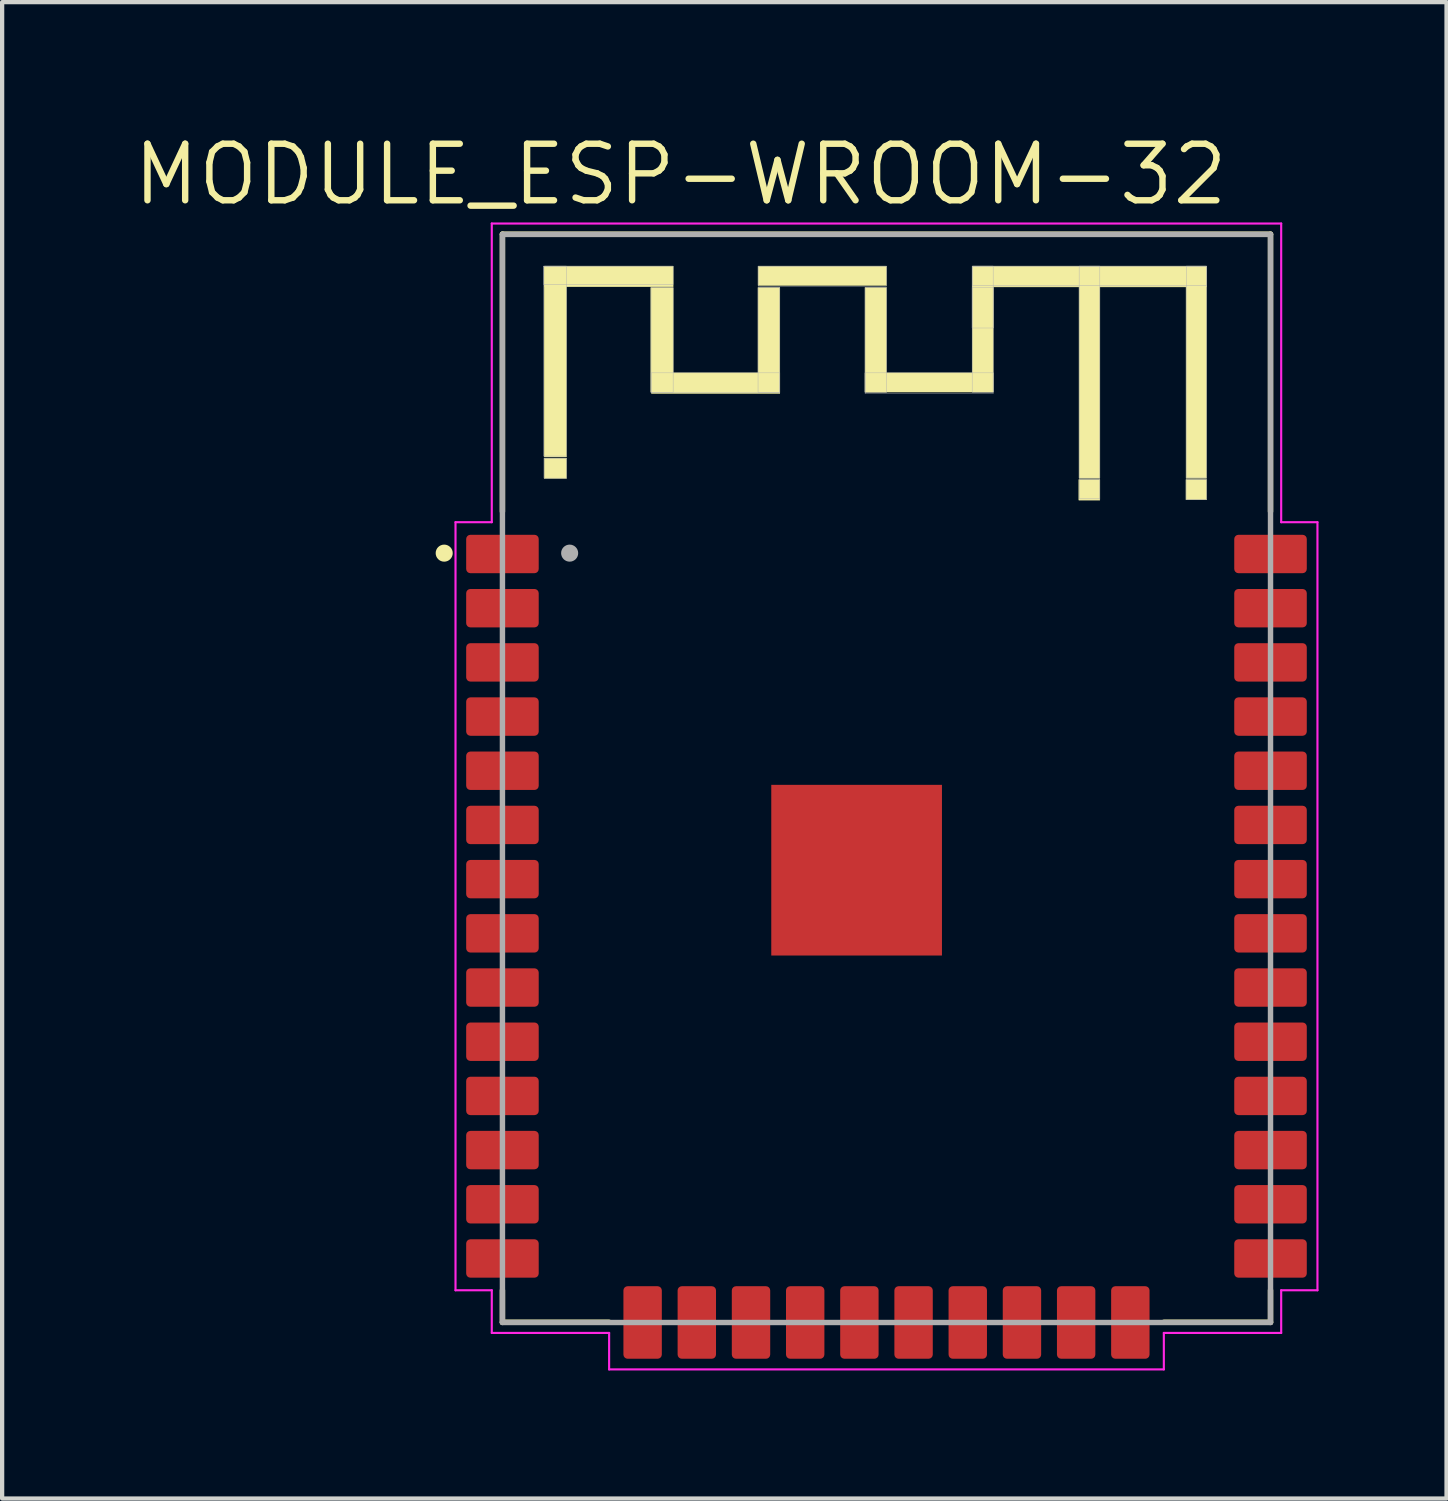
<source format=kicad_pcb>
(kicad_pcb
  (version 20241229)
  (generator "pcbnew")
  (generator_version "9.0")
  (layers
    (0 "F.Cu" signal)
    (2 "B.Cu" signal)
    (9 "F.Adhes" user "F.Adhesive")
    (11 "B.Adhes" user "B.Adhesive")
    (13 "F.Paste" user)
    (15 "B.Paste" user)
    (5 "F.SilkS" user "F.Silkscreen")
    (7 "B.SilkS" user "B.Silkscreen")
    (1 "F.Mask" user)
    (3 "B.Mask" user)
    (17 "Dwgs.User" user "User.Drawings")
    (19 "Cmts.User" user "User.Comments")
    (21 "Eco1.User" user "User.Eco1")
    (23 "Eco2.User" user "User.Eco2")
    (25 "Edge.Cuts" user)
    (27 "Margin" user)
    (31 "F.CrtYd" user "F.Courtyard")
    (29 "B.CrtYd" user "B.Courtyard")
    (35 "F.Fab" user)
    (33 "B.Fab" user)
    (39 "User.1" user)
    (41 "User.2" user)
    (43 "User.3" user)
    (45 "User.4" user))
  (footprint "MODULE_ESP-WROOM-32"
    (layer "F.Cu")
    (at 17.725 18.188)
    (property "Reference" "MODULE_ESP-WROOM-32" (at -4.826 -17.15 0) (layer "F.SilkS") (effects (font (size 1.325 1.325) (thickness 0.15))))
    (attr smd)
    (fp_line (start -9 -15.75) (end 9 -15.75) (stroke (width 0.127) (type solid)) (layer "F.SilkS"))
    (fp_line (start -9 -9.25) (end -9 -15.75) (stroke (width 0.127) (type solid)) (layer "F.SilkS"))
    (fp_line (start -9 9) (end -9 9.75) (stroke (width 0.127) (type solid)) (layer "F.SilkS"))
    (fp_line (start -9 9.75) (end -6.5 9.75) (stroke (width 0.127) (type solid)) (layer "F.SilkS"))
    (fp_line (start 6.5 9.75) (end 9 9.75) (stroke (width 0.127) (type solid)) (layer "F.SilkS"))
    (fp_line (start 9 -15.75) (end 9 -9.25) (stroke (width 0.127) (type solid)) (layer "F.SilkS"))
    (fp_line (start 9 9.75) (end 9 9) (stroke (width 0.127) (type solid)) (layer "F.SilkS"))
    (fp_circle (center -10.365 -8.275) (end -10.265 -8.275) (stroke (width 0.2) (type solid)) (fill no) (layer "F.SilkS"))
    (fp_poly (pts (xy -8.022 -15) (xy -7.5 -15) (xy -7.5 -10.529) (xy -8.022 -10.529)) (stroke (width 0.01) (type solid)) (fill yes) (layer "F.SilkS"))
    (fp_poly (pts (xy -8.02 -10.5) (xy -7.5 -10.5) (xy -7.5 -10.025) (xy -8.02 -10.025)) (stroke (width 0.01) (type solid)) (fill yes) (layer "F.SilkS"))
    (fp_poly (pts (xy -8.009 -15) (xy -5 -15) (xy -5 -14.517) (xy -8.009 -14.517)) (stroke (width 0.01) (type solid)) (fill yes) (layer "F.SilkS"))
    (fp_poly (pts (xy -5.522 -14.5) (xy -5 -14.5) (xy -5 -12.047) (xy -5.522 -12.047)) (stroke (width 0.01) (type solid)) (fill yes) (layer "F.SilkS"))
    (fp_poly (pts (xy -5.508 -12.5) (xy -2.5 -12.5) (xy -2.5 -12.018) (xy -5.508 -12.018)) (stroke (width 0.01) (type solid)) (fill yes) (layer "F.SilkS"))
    (fp_poly (pts (xy -3.01 -14.5) (xy -2.5 -14.5) (xy -2.5 -12.041) (xy -3.01 -12.041)) (stroke (width 0.01) (type solid)) (fill yes) (layer "F.SilkS"))
    (fp_poly (pts (xy -3.01 -15) (xy 0 -15) (xy 0 -14.549) (xy -3.01 -14.549)) (stroke (width 0.01) (type solid)) (fill yes) (layer "F.SilkS"))
    (fp_poly (pts (xy -0.502 -12.5) (xy 2.5 -12.5) (xy 2.5 -12.05) (xy -0.502 -12.05)) (stroke (width 0.01) (type solid)) (fill yes) (layer "F.SilkS"))
    (fp_poly (pts (xy -0.502 -14.5) (xy 0 -14.5) (xy 0 -12.049) (xy -0.502 -12.049)) (stroke (width 0.01) (type solid)) (fill yes) (layer "F.SilkS"))
    (fp_poly (pts (xy 2.008 -15) (xy 2.5 -15) (xy 2.5 -13.554) (xy 2.008 -13.554)) (stroke (width 0.01) (type solid)) (fill yes) (layer "F.SilkS"))
    (fp_poly (pts (xy 2.009 -14.5) (xy 2.5 -14.5) (xy 2.5 -12.053) (xy 2.009 -12.053)) (stroke (width 0.01) (type solid)) (fill yes) (layer "F.SilkS"))
    (fp_poly (pts (xy 2.012 -15) (xy 7.5 -15) (xy 7.5 -14.514) (xy 2.012 -14.514)) (stroke (width 0.01) (type solid)) (fill yes) (layer "F.SilkS"))
    (fp_poly (pts (xy 4.508 -10) (xy 5 -10) (xy 5 -9.517) (xy 4.508 -9.517)) (stroke (width 0.01) (type solid)) (fill yes) (layer "F.SilkS"))
    (fp_poly (pts (xy 4.514 -15) (xy 5 -15) (xy 5 -10.031) (xy 4.514 -10.031)) (stroke (width 0.01) (type solid)) (fill yes) (layer "F.SilkS"))
    (fp_poly (pts (xy 7.019 -10) (xy 7.5 -10) (xy 7.5 -9.526) (xy 7.019 -9.526)) (stroke (width 0.01) (type solid)) (fill yes) (layer "F.SilkS"))
    (fp_poly (pts (xy 7.021 -15) (xy 7.5 -15) (xy 7.5 -10.03) (xy 7.021 -10.03)) (stroke (width 0.01) (type solid)) (fill yes) (layer "F.SilkS"))
    (fp_line (start -10.1 -9) (end -9.25 -9) (stroke (width 0.05) (type solid)) (layer "F.CrtYd"))
    (fp_line (start -10.1 9) (end -10.1 -9) (stroke (width 0.05) (type solid)) (layer "F.CrtYd"))
    (fp_line (start -9.25 -16) (end 9.25 -16) (stroke (width 0.05) (type solid)) (layer "F.CrtYd"))
    (fp_line (start -9.25 -9) (end -9.25 -16) (stroke (width 0.05) (type solid)) (layer "F.CrtYd"))
    (fp_line (start -9.25 9) (end -10.1 9) (stroke (width 0.05) (type solid)) (layer "F.CrtYd"))
    (fp_line (start -9.25 10) (end -9.25 9) (stroke (width 0.05) (type solid)) (layer "F.CrtYd"))
    (fp_line (start -6.5 10) (end -9.25 10) (stroke (width 0.05) (type solid)) (layer "F.CrtYd"))
    (fp_line (start -6.5 10.855) (end -6.5 10) (stroke (width 0.05) (type solid)) (layer "F.CrtYd"))
    (fp_line (start 6.5 10) (end 6.5 10.855) (stroke (width 0.05) (type solid)) (layer "F.CrtYd"))
    (fp_line (start 6.5 10.855) (end -6.5 10.855) (stroke (width 0.05) (type solid)) (layer "F.CrtYd"))
    (fp_line (start 9.25 -16) (end 9.25 -9) (stroke (width 0.05) (type solid)) (layer "F.CrtYd"))
    (fp_line (start 9.25 -9) (end 10.1 -9) (stroke (width 0.05) (type solid)) (layer "F.CrtYd"))
    (fp_line (start 9.25 9) (end 9.25 10) (stroke (width 0.05) (type solid)) (layer "F.CrtYd"))
    (fp_line (start 9.25 10) (end 6.5 10) (stroke (width 0.05) (type solid)) (layer "F.CrtYd"))
    (fp_line (start 10.1 -9) (end 10.1 9) (stroke (width 0.05) (type solid)) (layer "F.CrtYd"))
    (fp_line (start 10.1 9) (end 9.25 9) (stroke (width 0.05) (type solid)) (layer "F.CrtYd"))
    (fp_line (start -9 -15.745) (end -9 9.755) (stroke (width 0.127) (type solid)) (layer "F.Fab"))
    (fp_line (start -9 9.755) (end 9 9.755) (stroke (width 0.127) (type solid)) (layer "F.Fab"))
    (fp_line (start 9 -15.745) (end -9 -15.745) (stroke (width 0.127) (type solid)) (layer "F.Fab"))
    (fp_line (start 9 9.755) (end 9 -15.745) (stroke (width 0.127) (type solid)) (layer "F.Fab"))
    (fp_circle (center -7.425 -8.275) (end -7.325 -8.275) (stroke (width 0.2) (type solid)) (fill no) (layer "F.Fab"))
    (fp_poly (pts (xy -8.041 -15) (xy -5 -15) (xy -5 -14.574) (xy -8.041 -14.574)) (stroke (width 0.01) (type solid)) (fill no) (layer "F.Fab"))
    (fp_poly (pts (xy -8.038 -15) (xy -7.5 -15) (xy -7.5 -10.55) (xy -8.038 -10.55)) (stroke (width 0.01) (type solid)) (fill no) (layer "F.Fab"))
    (fp_poly (pts (xy -8.027 -10.5) (xy -7.5 -10.5) (xy -7.5 -10.033) (xy -8.027 -10.033)) (stroke (width 0.01) (type solid)) (fill no) (layer "F.Fab"))
    (fp_poly (pts (xy -5.518 -14.5) (xy -5 -14.5) (xy -5 -12.04) (xy -5.518 -12.04)) (stroke (width 0.01) (type solid)) (fill no) (layer "F.Fab"))
    (fp_poly (pts (xy -5.516 -12.5) (xy -2.5 -12.5) (xy -2.5 -12.034) (xy -5.516 -12.034)) (stroke (width 0.01) (type solid)) (fill no) (layer "F.Fab"))
    (fp_poly (pts (xy -3.01 -14.5) (xy -2.5 -14.5) (xy -2.5 -12.041) (xy -3.01 -12.041)) (stroke (width 0.01) (type solid)) (fill no) (layer "F.Fab"))
    (fp_poly (pts (xy -3.006 -15) (xy 0 -15) (xy 0 -14.531) (xy -3.006 -14.531)) (stroke (width 0.01) (type solid)) (fill no) (layer "F.Fab"))
    (fp_poly (pts (xy -0.502 -14.5) (xy 0 -14.5) (xy 0 -12.04) (xy -0.502 -12.04)) (stroke (width 0.01) (type solid)) (fill no) (layer "F.Fab"))
    (fp_poly (pts (xy -0.501 -12.5) (xy 2.5 -12.5) (xy 2.5 -12.012) (xy -0.501 -12.012)) (stroke (width 0.01) (type solid)) (fill no) (layer "F.Fab"))
    (fp_poly (pts (xy 2.008 -15) (xy 2.5 -15) (xy 2.5 -13.551) (xy 2.008 -13.551)) (stroke (width 0.01) (type solid)) (fill no) (layer "F.Fab"))
    (fp_poly (pts (xy 2.008 -14.5) (xy 2.5 -14.5) (xy 2.5 -12.046) (xy 2.008 -12.046)) (stroke (width 0.01) (type solid)) (fill no) (layer "F.Fab"))
    (fp_poly (pts (xy 2.015 -15) (xy 7.5 -15) (xy 7.5 -14.541) (xy 2.015 -14.541)) (stroke (width 0.01) (type solid)) (fill no) (layer "F.Fab"))
    (fp_poly (pts (xy 4.515 -15) (xy 5 -15) (xy 5 -10.033) (xy 4.515 -10.033)) (stroke (width 0.01) (type solid)) (fill no) (layer "F.Fab"))
    (fp_poly (pts (xy 4.523 -10) (xy 5 -10) (xy 5 -9.548) (xy 4.523 -9.548)) (stroke (width 0.01) (type solid)) (fill no) (layer "F.Fab"))
    (fp_poly (pts (xy 7.022 -10) (xy 7.5 -10) (xy 7.5 -9.529) (xy 7.022 -9.529)) (stroke (width 0.01) (type solid)) (fill no) (layer "F.Fab"))
    (fp_poly (pts (xy 7.026 -15) (xy 7.5 -15) (xy 7.5 -10.037) (xy 7.026 -10.037)) (stroke (width 0.01) (type solid)) (fill no) (layer "F.Fab"))
    (pad "1" smd roundrect (at -9 -8.255) (size 1.7 0.9) (layers "F.Cu" "F.Mask" "F.Paste") (roundrect_rratio 0.11))
    (pad "1.1" smd rect (at -0.7 -0.845) (size 4 4) (layers "F.Cu" "F.Mask" "F.Paste"))
    (pad "2" smd roundrect (at -9 -6.985) (size 1.7 0.9) (layers "F.Cu" "F.Mask" "F.Paste") (roundrect_rratio 0.11))
    (pad "3" smd roundrect (at -9 -5.715) (size 1.7 0.9) (layers "F.Cu" "F.Mask" "F.Paste") (roundrect_rratio 0.11))
    (pad "4" smd roundrect (at -9 -4.445) (size 1.7 0.9) (layers "F.Cu" "F.Mask" "F.Paste") (roundrect_rratio 0.11))
    (pad "5" smd roundrect (at -9 -3.175) (size 1.7 0.9) (layers "F.Cu" "F.Mask" "F.Paste") (roundrect_rratio 0.11))
    (pad "6" smd roundrect (at -9 -1.905) (size 1.7 0.9) (layers "F.Cu" "F.Mask" "F.Paste") (roundrect_rratio 0.11))
    (pad "7" smd roundrect (at -9 -0.635) (size 1.7 0.9) (layers "F.Cu" "F.Mask" "F.Paste") (roundrect_rratio 0.11))
    (pad "8" smd roundrect (at -9 0.635) (size 1.7 0.9) (layers "F.Cu" "F.Mask" "F.Paste") (roundrect_rratio 0.11))
    (pad "9" smd roundrect (at -9 1.905) (size 1.7 0.9) (layers "F.Cu" "F.Mask" "F.Paste") (roundrect_rratio 0.11))
    (pad "10" smd roundrect (at -9 3.175) (size 1.7 0.9) (layers "F.Cu" "F.Mask" "F.Paste") (roundrect_rratio 0.11))
    (pad "11" smd roundrect (at -9 4.445) (size 1.7 0.9) (layers "F.Cu" "F.Mask" "F.Paste") (roundrect_rratio 0.11))
    (pad "12" smd roundrect (at -9 5.715) (size 1.7 0.9) (layers "F.Cu" "F.Mask" "F.Paste") (roundrect_rratio 0.11))
    (pad "13" smd roundrect (at -9 6.985) (size 1.7 0.9) (layers "F.Cu" "F.Mask" "F.Paste") (roundrect_rratio 0.11))
    (pad "14" smd roundrect (at -9 8.255) (size 1.7 0.9) (layers "F.Cu" "F.Mask" "F.Paste") (roundrect_rratio 0.11))
    (pad "15" smd roundrect (at -5.715 9.755) (size 0.9 1.7) (layers "F.Cu" "F.Mask" "F.Paste") (roundrect_rratio 0.11))
    (pad "16" smd roundrect (at -4.445 9.755) (size 0.9 1.7) (layers "F.Cu" "F.Mask" "F.Paste") (roundrect_rratio 0.11))
    (pad "17" smd roundrect (at -3.175 9.755) (size 0.9 1.7) (layers "F.Cu" "F.Mask" "F.Paste") (roundrect_rratio 0.11))
    (pad "18" smd roundrect (at -1.905 9.755) (size 0.9 1.7) (layers "F.Cu" "F.Mask" "F.Paste") (roundrect_rratio 0.11))
    (pad "19" smd roundrect (at -0.635 9.755) (size 0.9 1.7) (layers "F.Cu" "F.Mask" "F.Paste") (roundrect_rratio 0.11))
    (pad "20" smd roundrect (at 0.635 9.755) (size 0.9 1.7) (layers "F.Cu" "F.Mask" "F.Paste") (roundrect_rratio 0.11))
    (pad "21" smd roundrect (at 1.905 9.755) (size 0.9 1.7) (layers "F.Cu" "F.Mask" "F.Paste") (roundrect_rratio 0.11))
    (pad "22" smd roundrect (at 3.175 9.755) (size 0.9 1.7) (layers "F.Cu" "F.Mask" "F.Paste") (roundrect_rratio 0.11))
    (pad "23" smd roundrect (at 4.445 9.755) (size 0.9 1.7) (layers "F.Cu" "F.Mask" "F.Paste") (roundrect_rratio 0.11))
    (pad "24" smd roundrect (at 5.715 9.755) (size 0.9 1.7) (layers "F.Cu" "F.Mask" "F.Paste") (roundrect_rratio 0.11))
    (pad "25" smd roundrect (at 9 8.255) (size 1.7 0.9) (layers "F.Cu" "F.Mask" "F.Paste") (roundrect_rratio 0.11))
    (pad "26" smd roundrect (at 9 6.985) (size 1.7 0.9) (layers "F.Cu" "F.Mask" "F.Paste") (roundrect_rratio 0.11))
    (pad "27" smd roundrect (at 9 5.715) (size 1.7 0.9) (layers "F.Cu" "F.Mask" "F.Paste") (roundrect_rratio 0.11))
    (pad "28" smd roundrect (at 9 4.445) (size 1.7 0.9) (layers "F.Cu" "F.Mask" "F.Paste") (roundrect_rratio 0.11))
    (pad "29" smd roundrect (at 9 3.175) (size 1.7 0.9) (layers "F.Cu" "F.Mask" "F.Paste") (roundrect_rratio 0.11))
    (pad "30" smd roundrect (at 9 1.905) (size 1.7 0.9) (layers "F.Cu" "F.Mask" "F.Paste") (roundrect_rratio 0.11))
    (pad "31" smd roundrect (at 9 0.635) (size 1.7 0.9) (layers "F.Cu" "F.Mask" "F.Paste") (roundrect_rratio 0.11))
    (pad "32" smd roundrect (at 9 -0.635) (size 1.7 0.9) (layers "F.Cu" "F.Mask" "F.Paste") (roundrect_rratio 0.11))
    (pad "33" smd roundrect (at 9 -1.905) (size 1.7 0.9) (layers "F.Cu" "F.Mask" "F.Paste") (roundrect_rratio 0.11))
    (pad "34" smd roundrect (at 9 -3.175) (size 1.7 0.9) (layers "F.Cu" "F.Mask" "F.Paste") (roundrect_rratio 0.11))
    (pad "35" smd roundrect (at 9 -4.445) (size 1.7 0.9) (layers "F.Cu" "F.Mask" "F.Paste") (roundrect_rratio 0.11))
    (pad "36" smd roundrect (at 9 -5.715) (size 1.7 0.9) (layers "F.Cu" "F.Mask" "F.Paste") (roundrect_rratio 0.11))
    (pad "37" smd roundrect (at 9 -6.985) (size 1.7 0.9) (layers "F.Cu" "F.Mask" "F.Paste") (roundrect_rratio 0.11))
    (pad "38" smd roundrect (at 9 -8.255) (size 1.7 0.9) (layers "F.Cu" "F.Mask" "F.Paste") (roundrect_rratio 0.11))
    (zone (net_name "") (layer "F.Cu") (hatch full 0.508) (connect_pads) (min_thickness 0.01) (filled_areas_thickness no) (keepout (tracks not_allowed) (vias not_allowed) (pads not_allowed) (copperpour not_allowed) (footprints allowed)) (placement (enabled no)) (fill) (polygon (pts (xy 8.699 2.438) (xy 26.725 2.438) (xy 26.725 9.162) (xy 8.699 9.162))))
    (zone (net_name "") (layers "F.Cu" "B.Cu") (hatch full 0.508) (connect_pads) (min_thickness 0.01) (filled_areas_thickness no) (keepout (tracks allowed) (vias not_allowed) (pads allowed) (copperpour allowed) (footprints allowed)) (placement (enabled no)) (fill) (polygon (pts (xy 8.701 2.438) (xy 26.725 2.438) (xy 26.725 9.164) (xy 8.701 9.164))))
    (zone (net_name "") (layer "B.Cu") (hatch full 0.508) (connect_pads) (min_thickness 0.01) (filled_areas_thickness no) (keepout (tracks not_allowed) (vias not_allowed) (pads not_allowed) (copperpour not_allowed) (footprints allowed)) (placement (enabled no)) (fill) (polygon (pts (xy 8.713 2.438) (xy 26.725 2.438) (xy 26.725 9.177) (xy 8.713 9.177)))))
  (gr_rect
    (start -3 -3)
    (end 30.85 32.068)
    (stroke (width 0.1) (type default))
    (fill no)
    (layer "Edge.Cuts")))
</source>
